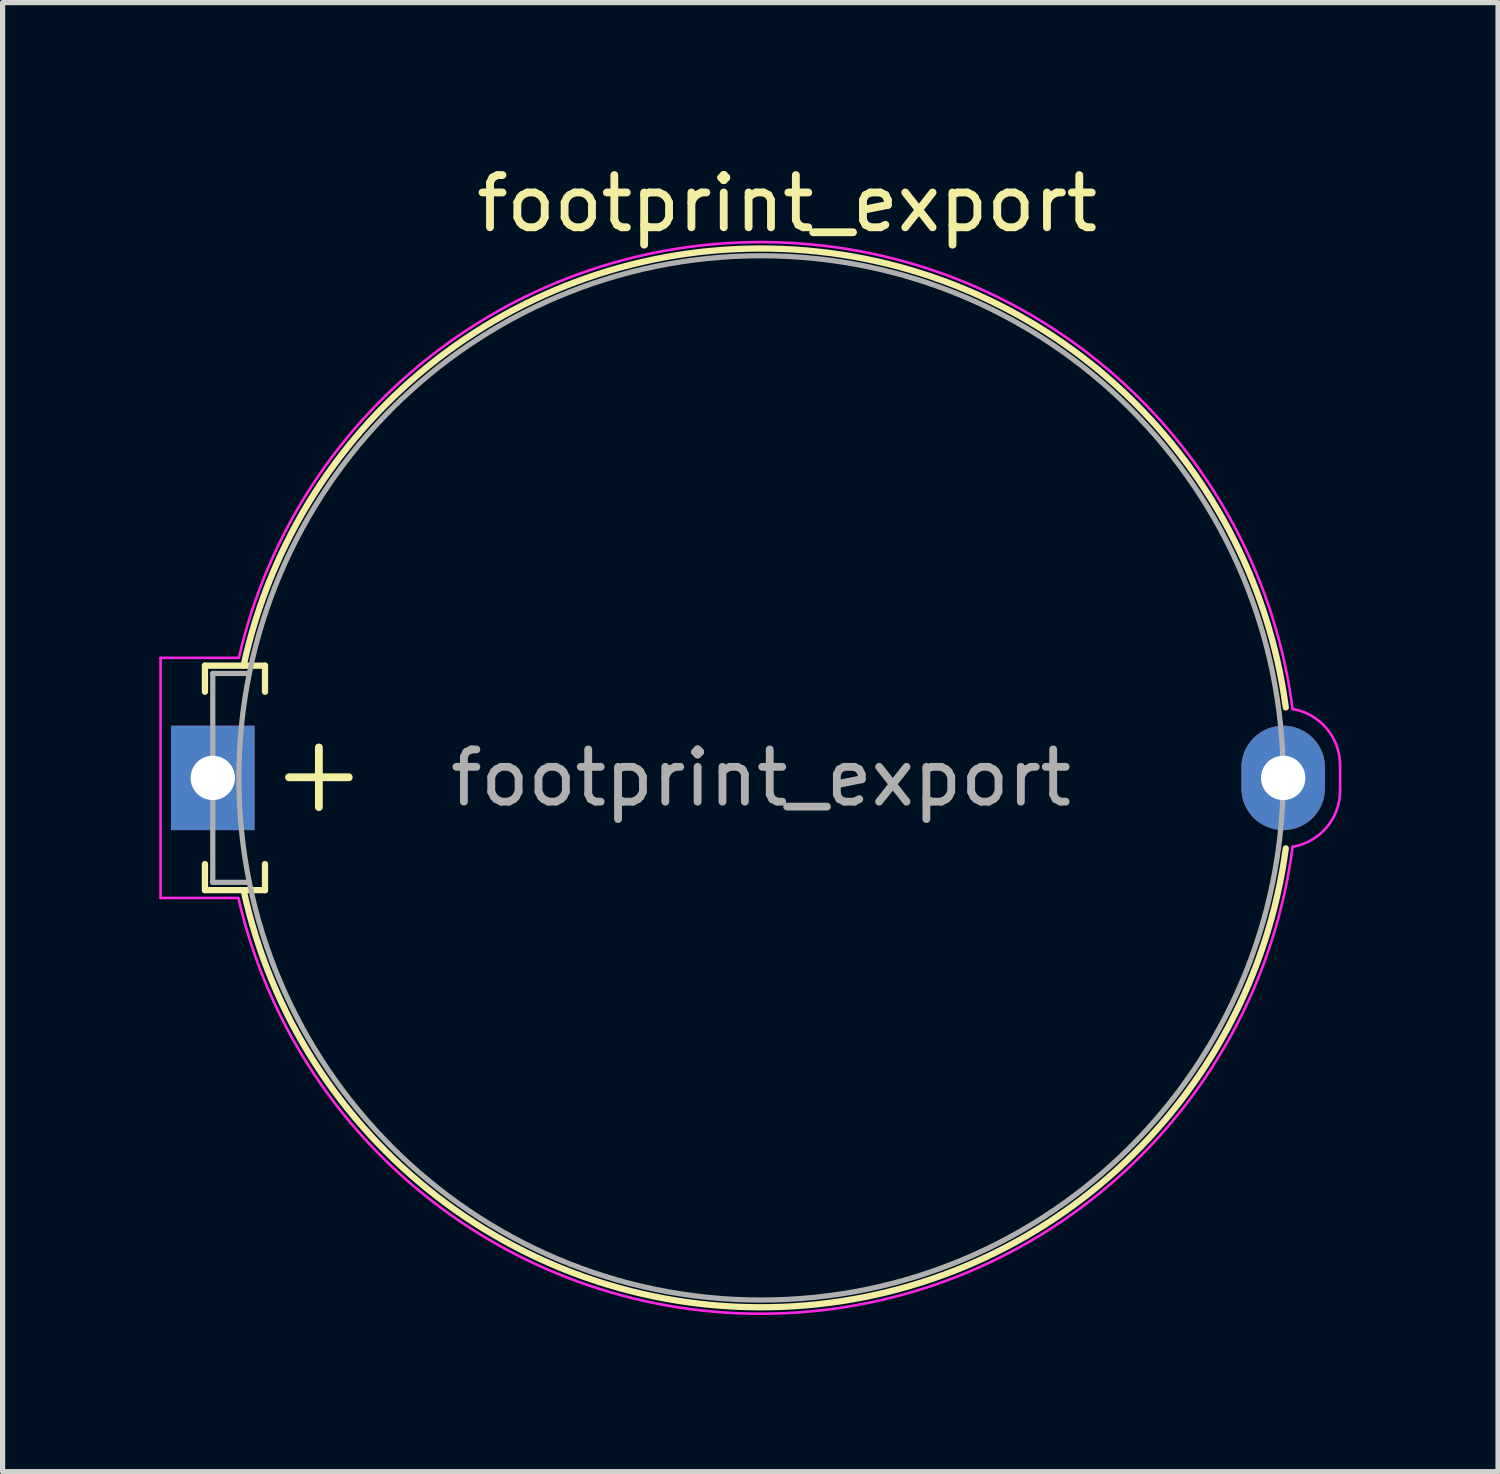
<source format=kicad_pcb>
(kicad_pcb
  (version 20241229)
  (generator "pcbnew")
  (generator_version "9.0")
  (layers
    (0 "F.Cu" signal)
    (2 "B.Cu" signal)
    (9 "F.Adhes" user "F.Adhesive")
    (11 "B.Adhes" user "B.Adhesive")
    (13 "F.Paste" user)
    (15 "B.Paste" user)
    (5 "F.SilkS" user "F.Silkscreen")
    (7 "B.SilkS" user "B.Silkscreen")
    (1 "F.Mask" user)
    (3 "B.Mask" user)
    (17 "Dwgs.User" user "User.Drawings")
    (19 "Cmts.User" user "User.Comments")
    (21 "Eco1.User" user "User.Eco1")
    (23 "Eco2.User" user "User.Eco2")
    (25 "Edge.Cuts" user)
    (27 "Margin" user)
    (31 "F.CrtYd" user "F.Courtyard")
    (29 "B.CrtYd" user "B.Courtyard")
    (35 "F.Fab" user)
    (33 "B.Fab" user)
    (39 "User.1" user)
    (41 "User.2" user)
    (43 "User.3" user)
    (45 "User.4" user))
  (footprint "footprint_export"
    (layer "F.Cu")
    (at 1.025 11.848)
    (property "Reference" "footprint_export" (at 11 -11 0) (layer "F.SilkS") (effects (font (size 1 1) (thickness 0.15))))
    (attr through_hole)
    (fp_line (start -0.15 -2.15) (end -0.15 -1.65) (stroke (width 0.12) (type default)) (layer "F.SilkS"))
    (fp_line (start -0.15 -2.15) (end 1 -2.15) (stroke (width 0.12) (type default)) (layer "F.SilkS"))
    (fp_line (start -0.15 2.15) (end -0.15 1.65) (stroke (width 0.12) (type default)) (layer "F.SilkS"))
    (fp_line (start -0.15 2.15) (end 1 2.15) (stroke (width 0.12) (type default)) (layer "F.SilkS"))
    (fp_line (start 1 -2.15) (end 1 -1.65) (stroke (width 0.12) (type default)) (layer "F.SilkS"))
    (fp_line (start 1 2.15) (end 1 1.65) (stroke (width 0.12) (type default)) (layer "F.SilkS"))
    (fp_arc (start 0.59 -2.15) (mid 10.91 -10.13) (end 20.55 -1.35) (stroke (width 0.12) (type default)) (layer "F.SilkS"))
    (fp_arc (start 20.55 1.35) (mid 10.91 10.13) (end 0.59 2.15) (stroke (width 0.12) (type default)) (layer "F.SilkS"))
    (fp_line (start -1 -2.3) (end 0.5 -2.3) (stroke (width 0.05) (type default)) (layer "F.CrtYd"))
    (fp_line (start -1 2.3) (end -1 -2.3) (stroke (width 0.05) (type default)) (layer "F.CrtYd"))
    (fp_line (start -1 2.3) (end 0.49 2.3) (stroke (width 0.05) (type default)) (layer "F.CrtYd"))
    (fp_line (start 21.59 -0.25) (end 21.59 0.25) (stroke (width 0.05) (type default)) (layer "F.CrtYd"))
    (fp_arc (start 0.5 -2.3) (mid 10.99 -10.25) (end 20.68 -1.32) (stroke (width 0.05) (type default)) (layer "F.CrtYd"))
    (fp_arc (start 20.68 -1.32) (mid 21.33 -0.95) (end 21.59 -0.25) (stroke (width 0.05) (type default)) (layer "F.CrtYd"))
    (fp_arc (start 20.68 1.32) (mid 10.99 10.25) (end 0.49 2.3) (stroke (width 0.05) (type default)) (layer "F.CrtYd"))
    (fp_arc (start 21.59 0.25) (mid 21.33 0.95) (end 20.68 1.32) (stroke (width 0.05) (type default)) (layer "F.CrtYd"))
    (fp_line (start 0 -2) (end 0.7 -2) (stroke (width 0.1) (type default)) (layer "F.Fab"))
    (fp_line (start 0 2) (end 0 -2) (stroke (width 0.1) (type default)) (layer "F.Fab"))
    (fp_line (start 0 2) (end 0.7 2) (stroke (width 0.1) (type default)) (layer "F.Fab"))
    (fp_circle (center 10.5 0) (end 20.5 0) (stroke (width 0.1) (type default)) (fill no) (layer "F.Fab"))
    (fp_text user "+" (at 2.032 -0.127 0) (layer "F.SilkS") (effects (font (size 1.5 1.5) (thickness 0.15))))
    (fp_text user "${REFERENCE}" (at 10.5 0 0) (layer "F.Fab") (effects (font (size 1 1) (thickness 0.15))))
    (pad "1" thru_hole rect (at 0 0) (size 1.6 2) (drill 0.85) (layers "*.Cu" "*.Mask"))
    (pad "2" thru_hole oval (at 20.5 0) (size 1.6 2) (drill 0.85) (layers "*.Cu" "*.Mask")))
  (gr_rect
    (start -3 -3)
    (end 25.64 25.135)
    (stroke (width 0.1) (type default))
    (fill no)
    (layer "Edge.Cuts")))
</source>
